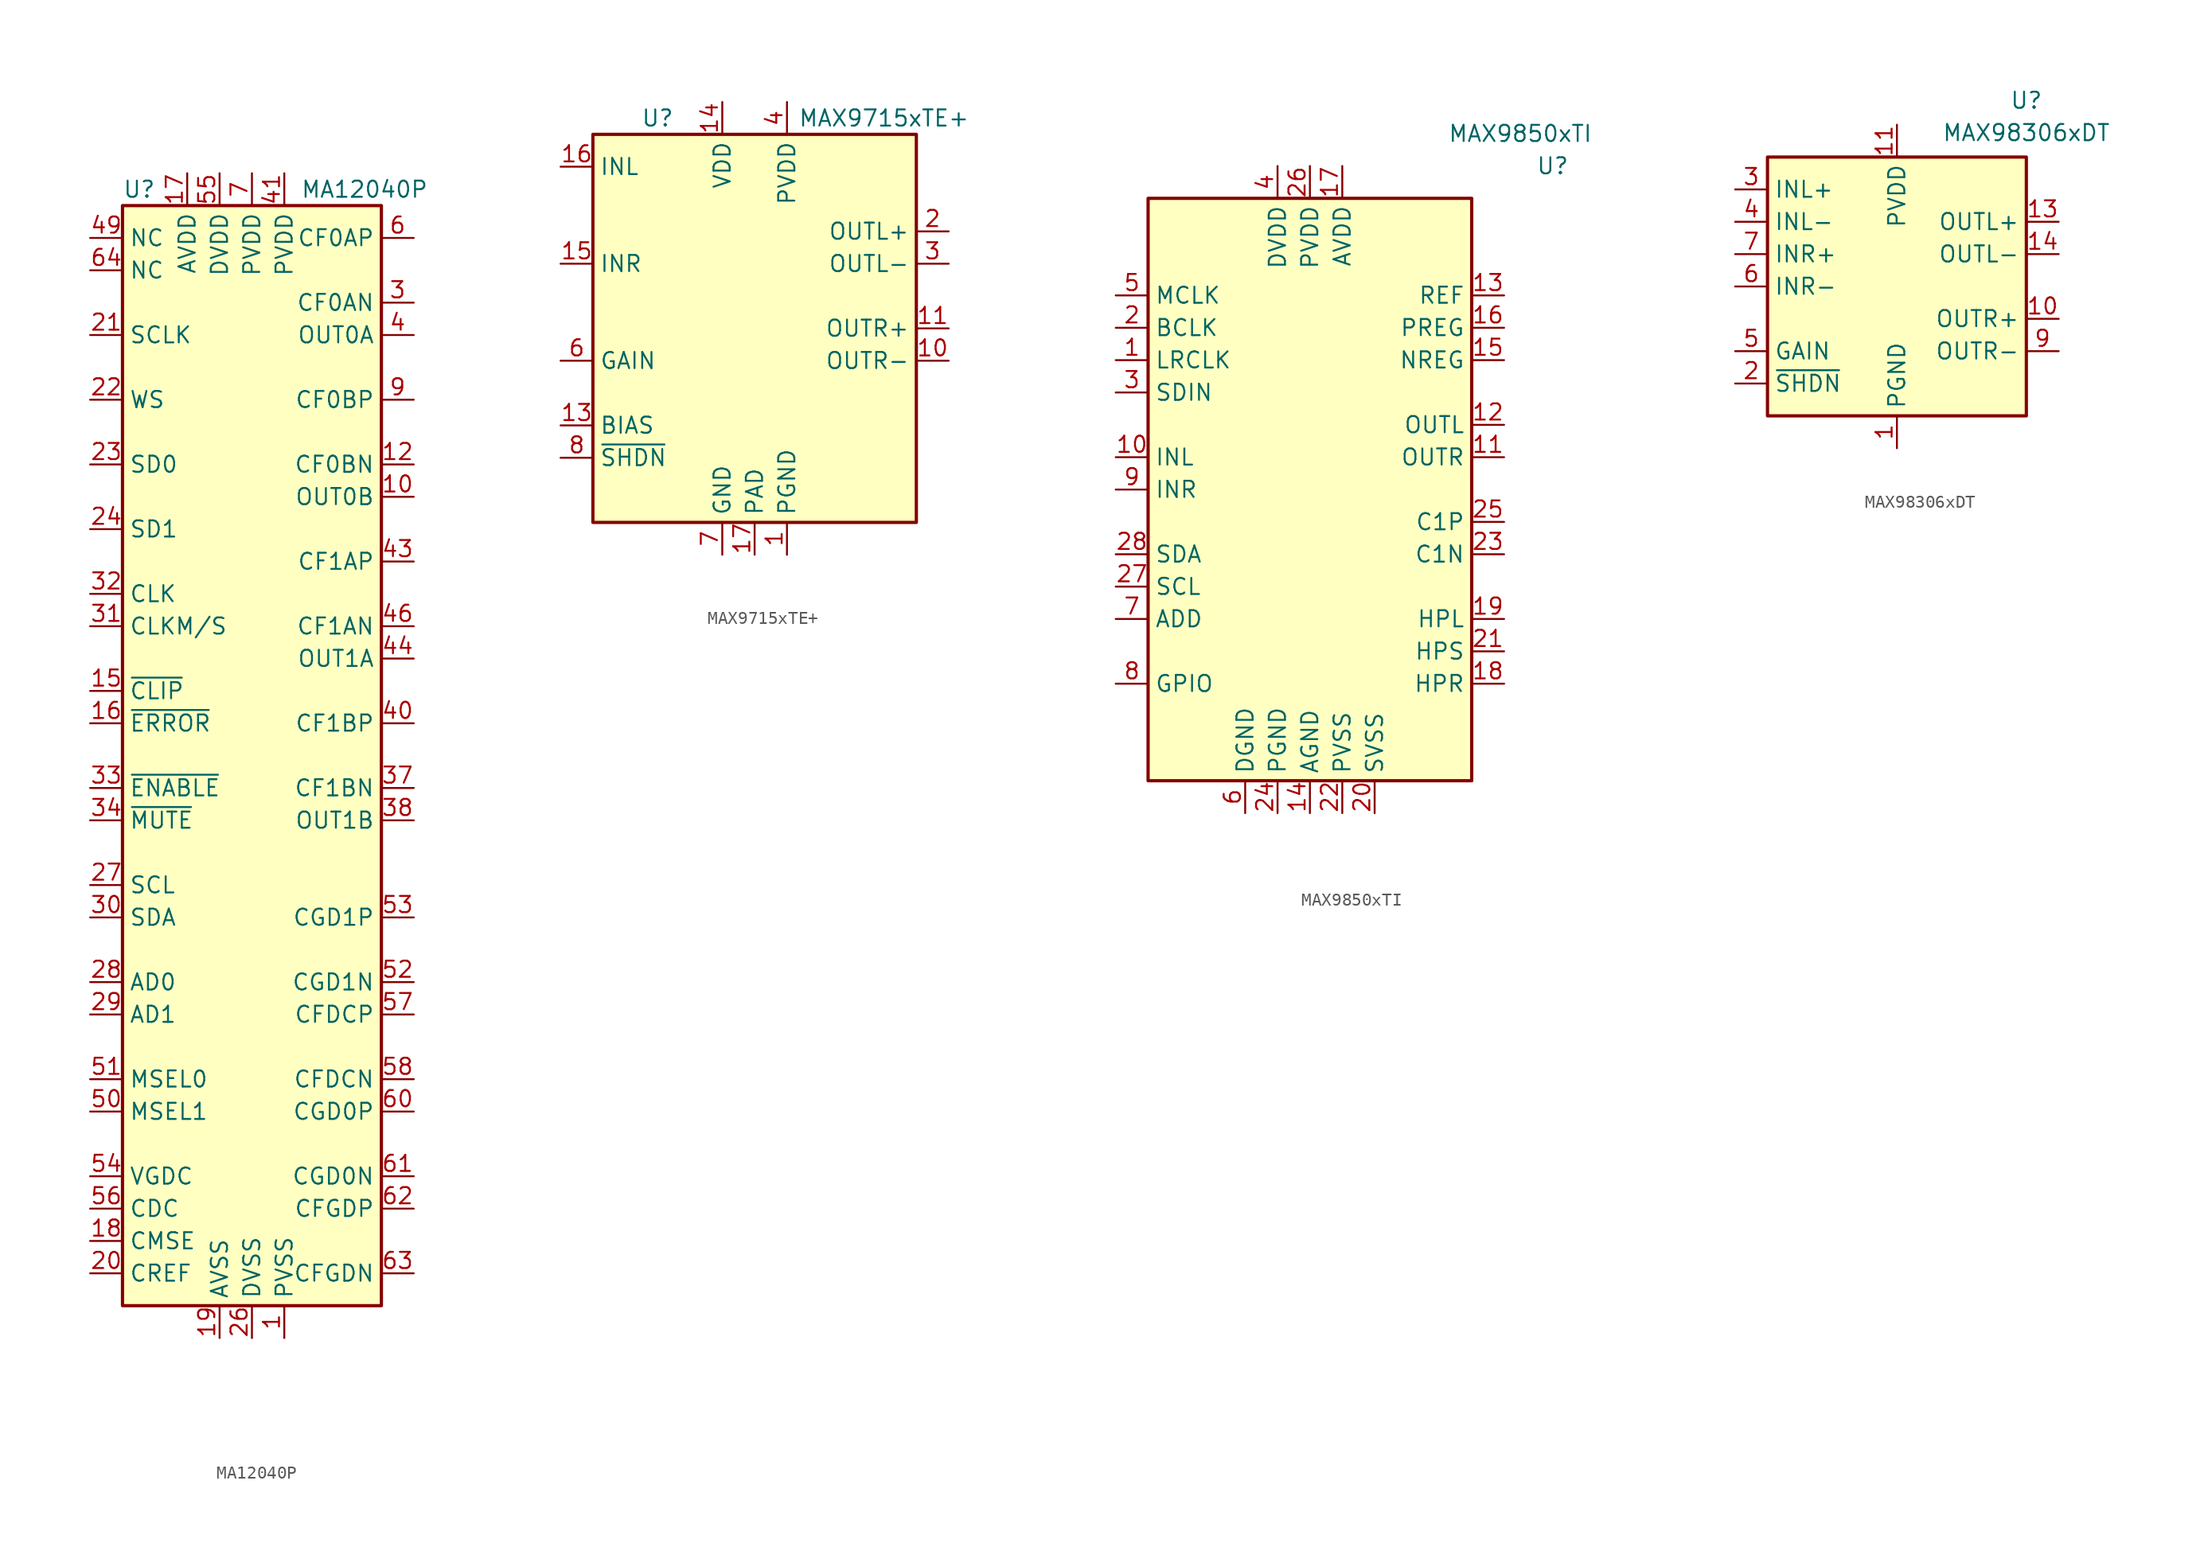
<source format=kicad_sym>
(kicad_symbol_lib
  (version 20220914)
  (generator kicad_symbol_editor)
  (symbol "MA12040P"
    (property "Reference" "U"
      (at -10.16 44.45 0)
      (effects (font (size 1.27 1.27)) (justify left)))
    (property "Value" "MA12040P"
      (at 3.81 44.45 0)
      (effects (font (size 1.27 1.27)) (justify left)))
    (symbol "MA12040P_0_1"
      (rectangle (start -10.16 -43.18) (end 10.16 43.18) (stroke (width 0.254) (type default)) (fill (type background))))
    (symbol "MA12040P_1_1"
      (pin power_in line (at 2.54 -45.72 90) (length 2.54) (name "PVSS" (effects (font (size 1.27 1.27)))) (number "1" (effects (font (size 1.27 1.27)))))
      (pin output line (at 12.7 20.32 180) (length 2.54) (name "OUT0B" (effects (font (size 1.27 1.27)))) (number "10" (effects (font (size 1.27 1.27)))))
      (pin passive line (at 12.7 20.32 180) (length 2.54) hide (name "OUT0B" (effects (font (size 1.27 1.27)))) (number "11" (effects (font (size 1.27 1.27)))))
      (pin passive line (at 12.7 22.86 180) (length 2.54) (name "CF0BN" (effects (font (size 1.27 1.27)))) (number "12" (effects (font (size 1.27 1.27)))))
      (pin passive line (at 2.54 -45.72 90) (length 2.54) hide (name "PVSS" (effects (font (size 1.27 1.27)))) (number "13" (effects (font (size 1.27 1.27)))))
      (pin passive line (at 2.54 -45.72 90) (length 2.54) hide (name "PVSS" (effects (font (size 1.27 1.27)))) (number "14" (effects (font (size 1.27 1.27)))))
      (pin output line (at -12.7 5.08 0) (length 2.54) (name "~{CLIP}" (effects (font (size 1.27 1.27)))) (number "15" (effects (font (size 1.27 1.27)))))
      (pin output line (at -12.7 2.54 0) (length 2.54) (name "~{ERROR}" (effects (font (size 1.27 1.27)))) (number "16" (effects (font (size 1.27 1.27)))))
      (pin power_in line (at -5.08 45.72 270) (length 2.54) (name "AVDD" (effects (font (size 1.27 1.27)))) (number "17" (effects (font (size 1.27 1.27)))))
      (pin passive line (at -12.7 -38.1 0) (length 2.54) (name "CMSE" (effects (font (size 1.27 1.27)))) (number "18" (effects (font (size 1.27 1.27)))))
      (pin power_in line (at -2.54 -45.72 90) (length 2.54) (name "AVSS" (effects (font (size 1.27 1.27)))) (number "19" (effects (font (size 1.27 1.27)))))
      (pin passive line (at 2.54 -45.72 90) (length 2.54) hide (name "PVSS" (effects (font (size 1.27 1.27)))) (number "2" (effects (font (size 1.27 1.27)))))
      (pin passive line (at -12.7 -40.64 0) (length 2.54) (name "CREF" (effects (font (size 1.27 1.27)))) (number "20" (effects (font (size 1.27 1.27)))))
      (pin input line (at -12.7 33.02 0) (length 2.54) (name "SCLK" (effects (font (size 1.27 1.27)))) (number "21" (effects (font (size 1.27 1.27)))))
      (pin input line (at -12.7 27.94 0) (length 2.54) (name "WS" (effects (font (size 1.27 1.27)))) (number "22" (effects (font (size 1.27 1.27)))))
      (pin input line (at -12.7 22.86 0) (length 2.54) (name "SD0" (effects (font (size 1.27 1.27)))) (number "23" (effects (font (size 1.27 1.27)))))
      (pin input line (at -12.7 17.78 0) (length 2.54) (name "SD1" (effects (font (size 1.27 1.27)))) (number "24" (effects (font (size 1.27 1.27)))))
      (pin passive line (at -2.54 -45.72 90) (length 2.54) hide (name "AVSS" (effects (font (size 1.27 1.27)))) (number "25" (effects (font (size 1.27 1.27)))))
      (pin power_in line (at 0 -45.72 90) (length 2.54) (name "DVSS" (effects (font (size 1.27 1.27)))) (number "26" (effects (font (size 1.27 1.27)))))
      (pin input line (at -12.7 -10.16 0) (length 2.54) (name "SCL" (effects (font (size 1.27 1.27)))) (number "27" (effects (font (size 1.27 1.27)))))
      (pin input line (at -12.7 -17.78 0) (length 2.54) (name "AD0" (effects (font (size 1.27 1.27)))) (number "28" (effects (font (size 1.27 1.27)))))
      (pin input line (at -12.7 -20.32 0) (length 2.54) (name "AD1" (effects (font (size 1.27 1.27)))) (number "29" (effects (font (size 1.27 1.27)))))
      (pin passive line (at 12.7 35.56 180) (length 2.54) (name "CF0AN" (effects (font (size 1.27 1.27)))) (number "3" (effects (font (size 1.27 1.27)))))
      (pin bidirectional line (at -12.7 -12.7 0) (length 2.54) (name "SDA" (effects (font (size 1.27 1.27)))) (number "30" (effects (font (size 1.27 1.27)))))
      (pin input line (at -12.7 10.16 0) (length 2.54) (name "CLKM/S" (effects (font (size 1.27 1.27)))) (number "31" (effects (font (size 1.27 1.27)))))
      (pin input line (at -12.7 12.7 0) (length 2.54) (name "CLK" (effects (font (size 1.27 1.27)))) (number "32" (effects (font (size 1.27 1.27)))))
      (pin input line (at -12.7 -2.54 0) (length 2.54) (name "~{ENABLE}" (effects (font (size 1.27 1.27)))) (number "33" (effects (font (size 1.27 1.27)))))
      (pin input line (at -12.7 -5.08 0) (length 2.54) (name "~{MUTE}" (effects (font (size 1.27 1.27)))) (number "34" (effects (font (size 1.27 1.27)))))
      (pin passive line (at 2.54 -45.72 90) (length 2.54) hide (name "PVSS" (effects (font (size 1.27 1.27)))) (number "35" (effects (font (size 1.27 1.27)))))
      (pin passive line (at 2.54 -45.72 90) (length 2.54) hide (name "PVSS" (effects (font (size 1.27 1.27)))) (number "36" (effects (font (size 1.27 1.27)))))
      (pin passive line (at 12.7 -2.54 180) (length 2.54) (name "CF1BN" (effects (font (size 1.27 1.27)))) (number "37" (effects (font (size 1.27 1.27)))))
      (pin output line (at 12.7 -5.08 180) (length 2.54) (name "OUT1B" (effects (font (size 1.27 1.27)))) (number "38" (effects (font (size 1.27 1.27)))))
      (pin passive line (at 12.7 -5.08 180) (length 2.54) hide (name "OUT1B" (effects (font (size 1.27 1.27)))) (number "39" (effects (font (size 1.27 1.27)))))
      (pin output line (at 12.7 33.02 180) (length 2.54) (name "OUT0A" (effects (font (size 1.27 1.27)))) (number "4" (effects (font (size 1.27 1.27)))))
      (pin passive line (at 12.7 2.54 180) (length 2.54) (name "CF1BP" (effects (font (size 1.27 1.27)))) (number "40" (effects (font (size 1.27 1.27)))))
      (pin power_in line (at 2.54 45.72 270) (length 2.54) (name "PVDD" (effects (font (size 1.27 1.27)))) (number "41" (effects (font (size 1.27 1.27)))))
      (pin passive line (at 2.54 45.72 270) (length 2.54) hide (name "PVDD" (effects (font (size 1.27 1.27)))) (number "42" (effects (font (size 1.27 1.27)))))
      (pin passive line (at 12.7 15.24 180) (length 2.54) (name "CF1AP" (effects (font (size 1.27 1.27)))) (number "43" (effects (font (size 1.27 1.27)))))
      (pin output line (at 12.7 7.62 180) (length 2.54) (name "OUT1A" (effects (font (size 1.27 1.27)))) (number "44" (effects (font (size 1.27 1.27)))))
      (pin passive line (at 12.7 7.62 180) (length 2.54) hide (name "OUT1A" (effects (font (size 1.27 1.27)))) (number "45" (effects (font (size 1.27 1.27)))))
      (pin passive line (at 12.7 10.16 180) (length 2.54) (name "CF1AN" (effects (font (size 1.27 1.27)))) (number "46" (effects (font (size 1.27 1.27)))))
      (pin passive line (at 2.54 -45.72 90) (length 2.54) hide (name "PVSS" (effects (font (size 1.27 1.27)))) (number "47" (effects (font (size 1.27 1.27)))))
      (pin passive line (at 2.54 -45.72 90) (length 2.54) hide (name "PVSS" (effects (font (size 1.27 1.27)))) (number "48" (effects (font (size 1.27 1.27)))))
      (pin passive line (at -12.7 40.64 0) (length 2.54) (name "NC" (effects (font (size 1.27 1.27)))) (number "49" (effects (font (size 1.27 1.27)))))
      (pin passive line (at 12.7 33.02 180) (length 2.54) hide (name "OUT0A" (effects (font (size 1.27 1.27)))) (number "5" (effects (font (size 1.27 1.27)))))
      (pin input line (at -12.7 -27.94 0) (length 2.54) (name "MSEL1" (effects (font (size 1.27 1.27)))) (number "50" (effects (font (size 1.27 1.27)))))
      (pin input line (at -12.7 -25.4 0) (length 2.54) (name "MSEL0" (effects (font (size 1.27 1.27)))) (number "51" (effects (font (size 1.27 1.27)))))
      (pin passive line (at 12.7 -17.78 180) (length 2.54) (name "CGD1N" (effects (font (size 1.27 1.27)))) (number "52" (effects (font (size 1.27 1.27)))))
      (pin passive line (at 12.7 -12.7 180) (length 2.54) (name "CGD1P" (effects (font (size 1.27 1.27)))) (number "53" (effects (font (size 1.27 1.27)))))
      (pin passive line (at -12.7 -33.02 0) (length 2.54) (name "VGDC" (effects (font (size 1.27 1.27)))) (number "54" (effects (font (size 1.27 1.27)))))
      (pin power_in line (at -2.54 45.72 270) (length 2.54) (name "DVDD" (effects (font (size 1.27 1.27)))) (number "55" (effects (font (size 1.27 1.27)))))
      (pin passive line (at -12.7 -35.56 0) (length 2.54) (name "CDC" (effects (font (size 1.27 1.27)))) (number "56" (effects (font (size 1.27 1.27)))))
      (pin passive line (at 12.7 -20.32 180) (length 2.54) (name "CFDCP" (effects (font (size 1.27 1.27)))) (number "57" (effects (font (size 1.27 1.27)))))
      (pin passive line (at 12.7 -25.4 180) (length 2.54) (name "CFDCN" (effects (font (size 1.27 1.27)))) (number "58" (effects (font (size 1.27 1.27)))))
      (pin passive line (at 0 -45.72 90) (length 2.54) hide (name "DVSS" (effects (font (size 1.27 1.27)))) (number "59" (effects (font (size 1.27 1.27)))))
      (pin passive line (at 12.7 40.64 180) (length 2.54) (name "CF0AP" (effects (font (size 1.27 1.27)))) (number "6" (effects (font (size 1.27 1.27)))))
      (pin passive line (at 12.7 -27.94 180) (length 2.54) (name "CGD0P" (effects (font (size 1.27 1.27)))) (number "60" (effects (font (size 1.27 1.27)))))
      (pin passive line (at 12.7 -33.02 180) (length 2.54) (name "CGD0N" (effects (font (size 1.27 1.27)))) (number "61" (effects (font (size 1.27 1.27)))))
      (pin passive line (at 12.7 -35.56 180) (length 2.54) (name "CFGDP" (effects (font (size 1.27 1.27)))) (number "62" (effects (font (size 1.27 1.27)))))
      (pin passive line (at 12.7 -40.64 180) (length 2.54) (name "CFGDN" (effects (font (size 1.27 1.27)))) (number "63" (effects (font (size 1.27 1.27)))))
      (pin passive line (at -12.7 38.1 0) (length 2.54) (name "NC" (effects (font (size 1.27 1.27)))) (number "64" (effects (font (size 1.27 1.27)))))
      (pin power_in line (at 0 45.72 270) (length 2.54) (name "PVDD" (effects (font (size 1.27 1.27)))) (number "7" (effects (font (size 1.27 1.27)))))
      (pin passive line (at 0 45.72 270) (length 2.54) hide (name "PVDD" (effects (font (size 1.27 1.27)))) (number "8" (effects (font (size 1.27 1.27)))))
      (pin passive line (at 12.7 27.94 180) (length 2.54) (name "CF0BP" (effects (font (size 1.27 1.27)))) (number "9" (effects (font (size 1.27 1.27)))))))
  (symbol "MAX9715xTE+"
    (property "Reference" "U"
      (at -7.62 16.51 0)
      (effects (font (size 1.27 1.27))))
    (property "Value" "MAX9715xTE+"
      (at 10.16 16.51 0)
      (effects (font (size 1.27 1.27))))
    (symbol "MAX9715xTE+_0_1"
      (rectangle (start -12.7 15.24) (end 12.7 -15.24) (stroke (width 0.254) (type default)) (fill (type background))))
    (symbol "MAX9715xTE+_1_1"
      (pin power_in line (at 2.54 -17.78 90) (length 2.54) (name "PGND" (effects (font (size 1.27 1.27)))) (number "1" (effects (font (size 1.27 1.27)))))
      (pin output line (at 15.24 -2.54 180) (length 2.54) (name "OUTR-" (effects (font (size 1.27 1.27)))) (number "10" (effects (font (size 1.27 1.27)))))
      (pin output line (at 15.24 0 180) (length 2.54) (name "OUTR+" (effects (font (size 1.27 1.27)))) (number "11" (effects (font (size 1.27 1.27)))))
      (pin passive line (at 2.54 -17.78 90) (length 2.54) hide (name "PGND" (effects (font (size 1.27 1.27)))) (number "12" (effects (font (size 1.27 1.27)))))
      (pin passive line (at -15.24 -7.62 0) (length 2.54) (name "BIAS" (effects (font (size 1.27 1.27)))) (number "13" (effects (font (size 1.27 1.27)))))
      (pin power_in line (at -2.54 17.78 270) (length 2.54) (name "VDD" (effects (font (size 1.27 1.27)))) (number "14" (effects (font (size 1.27 1.27)))))
      (pin input line (at -15.24 5.08 0) (length 2.54) (name "INR" (effects (font (size 1.27 1.27)))) (number "15" (effects (font (size 1.27 1.27)))))
      (pin input line (at -15.24 12.7 0) (length 2.54) (name "INL" (effects (font (size 1.27 1.27)))) (number "16" (effects (font (size 1.27 1.27)))))
      (pin passive line (at 0 -17.78 90) (length 2.54) (name "PAD" (effects (font (size 1.27 1.27)))) (number "17" (effects (font (size 1.27 1.27)))))
      (pin output line (at 15.24 7.62 180) (length 2.54) (name "OUTL+" (effects (font (size 1.27 1.27)))) (number "2" (effects (font (size 1.27 1.27)))))
      (pin output line (at 15.24 5.08 180) (length 2.54) (name "OUTL-" (effects (font (size 1.27 1.27)))) (number "3" (effects (font (size 1.27 1.27)))))
      (pin power_in line (at 2.54 17.78 270) (length 2.54) (name "PVDD" (effects (font (size 1.27 1.27)))) (number "4" (effects (font (size 1.27 1.27)))))
      (pin no_connect line (at 10.16 5.08 180) (length 2.54) hide (name "NC" (effects (font (size 1.27 1.27)))) (number "5" (effects (font (size 1.27 1.27)))))
      (pin input line (at -15.24 -2.54 0) (length 2.54) (name "GAIN" (effects (font (size 1.27 1.27)))) (number "6" (effects (font (size 1.27 1.27)))))
      (pin power_in line (at -2.54 -17.78 90) (length 2.54) (name "GND" (effects (font (size 1.27 1.27)))) (number "7" (effects (font (size 1.27 1.27)))))
      (pin input line (at -15.24 -10.16 0) (length 2.54) (name "~{SHDN}" (effects (font (size 1.27 1.27)))) (number "8" (effects (font (size 1.27 1.27)))))
      (pin passive line (at 2.54 17.78 270) (length 2.54) hide (name "PVDD" (effects (font (size 1.27 1.27)))) (number "9" (effects (font (size 1.27 1.27)))))))
  (symbol "MAX9850xTI"
    (property "Reference" "U"
      (at 19.05 25.4 0)
      (effects (font (size 1.27 1.27))))
    (property "Value" "MAX9850xTI"
      (at 16.51 27.94 0)
      (effects (font (size 1.27 1.27))))
    (symbol "MAX9850xTI_0_1"
      (rectangle (start -12.7 22.86) (end 12.7 -22.86) (stroke (width 0.254) (type default)) (fill (type background))))
    (symbol "MAX9850xTI_1_1"
      (pin bidirectional line (at -15.24 10.16 0) (length 2.54) (name "LRCLK" (effects (font (size 1.27 1.27)))) (number "1" (effects (font (size 1.27 1.27)))))
      (pin input line (at -15.24 2.54 0) (length 2.54) (name "INL" (effects (font (size 1.27 1.27)))) (number "10" (effects (font (size 1.27 1.27)))))
      (pin output line (at 15.24 2.54 180) (length 2.54) (name "OUTR" (effects (font (size 1.27 1.27)))) (number "11" (effects (font (size 1.27 1.27)))))
      (pin output line (at 15.24 5.08 180) (length 2.54) (name "OUTL" (effects (font (size 1.27 1.27)))) (number "12" (effects (font (size 1.27 1.27)))))
      (pin power_out line (at 15.24 15.24 180) (length 2.54) (name "REF" (effects (font (size 1.27 1.27)))) (number "13" (effects (font (size 1.27 1.27)))))
      (pin power_in line (at 0 -25.4 90) (length 2.54) (name "AGND" (effects (font (size 1.27 1.27)))) (number "14" (effects (font (size 1.27 1.27)))))
      (pin power_out line (at 15.24 10.16 180) (length 2.54) (name "NREG" (effects (font (size 1.27 1.27)))) (number "15" (effects (font (size 1.27 1.27)))))
      (pin power_out line (at 15.24 12.7 180) (length 2.54) (name "PREG" (effects (font (size 1.27 1.27)))) (number "16" (effects (font (size 1.27 1.27)))))
      (pin power_in line (at 2.54 25.4 270) (length 2.54) (name "AVDD" (effects (font (size 1.27 1.27)))) (number "17" (effects (font (size 1.27 1.27)))))
      (pin output line (at 15.24 -15.24 180) (length 2.54) (name "HPR" (effects (font (size 1.27 1.27)))) (number "18" (effects (font (size 1.27 1.27)))))
      (pin output line (at 15.24 -10.16 180) (length 2.54) (name "HPL" (effects (font (size 1.27 1.27)))) (number "19" (effects (font (size 1.27 1.27)))))
      (pin bidirectional line (at -15.24 12.7 0) (length 2.54) (name "BCLK" (effects (font (size 1.27 1.27)))) (number "2" (effects (font (size 1.27 1.27)))))
      (pin power_in line (at 5.08 -25.4 90) (length 2.54) (name "SVSS" (effects (font (size 1.27 1.27)))) (number "20" (effects (font (size 1.27 1.27)))))
      (pin input line (at 15.24 -12.7 180) (length 2.54) (name "HPS" (effects (font (size 1.27 1.27)))) (number "21" (effects (font (size 1.27 1.27)))))
      (pin power_in line (at 2.54 -25.4 90) (length 2.54) (name "PVSS" (effects (font (size 1.27 1.27)))) (number "22" (effects (font (size 1.27 1.27)))))
      (pin passive line (at 15.24 -5.08 180) (length 2.54) (name "C1N" (effects (font (size 1.27 1.27)))) (number "23" (effects (font (size 1.27 1.27)))))
      (pin power_in line (at -2.54 -25.4 90) (length 2.54) (name "PGND" (effects (font (size 1.27 1.27)))) (number "24" (effects (font (size 1.27 1.27)))))
      (pin passive line (at 15.24 -2.54 180) (length 2.54) (name "C1P" (effects (font (size 1.27 1.27)))) (number "25" (effects (font (size 1.27 1.27)))))
      (pin power_in line (at 0 25.4 270) (length 2.54) (name "PVDD" (effects (font (size 1.27 1.27)))) (number "26" (effects (font (size 1.27 1.27)))))
      (pin bidirectional line (at -15.24 -7.62 0) (length 2.54) (name "SCL" (effects (font (size 1.27 1.27)))) (number "27" (effects (font (size 1.27 1.27)))))
      (pin bidirectional line (at -15.24 -5.08 0) (length 2.54) (name "SDA" (effects (font (size 1.27 1.27)))) (number "28" (effects (font (size 1.27 1.27)))))
      (pin passive line (at 0 -25.4 90) (length 2.54) hide (name "AGND" (effects (font (size 1.27 1.27)))) (number "29" (effects (font (size 1.27 1.27)))))
      (pin input line (at -15.24 7.62 0) (length 2.54) (name "SDIN" (effects (font (size 1.27 1.27)))) (number "3" (effects (font (size 1.27 1.27)))))
      (pin power_in line (at -2.54 25.4 270) (length 2.54) (name "DVDD" (effects (font (size 1.27 1.27)))) (number "4" (effects (font (size 1.27 1.27)))))
      (pin input line (at -15.24 15.24 0) (length 2.54) (name "MCLK" (effects (font (size 1.27 1.27)))) (number "5" (effects (font (size 1.27 1.27)))))
      (pin power_in line (at -5.08 -25.4 90) (length 2.54) (name "DGND" (effects (font (size 1.27 1.27)))) (number "6" (effects (font (size 1.27 1.27)))))
      (pin input line (at -15.24 -10.16 0) (length 2.54) (name "ADD" (effects (font (size 1.27 1.27)))) (number "7" (effects (font (size 1.27 1.27)))))
      (pin bidirectional line (at -15.24 -15.24 0) (length 2.54) (name "GPIO" (effects (font (size 1.27 1.27)))) (number "8" (effects (font (size 1.27 1.27)))))
      (pin input line (at -15.24 0 0) (length 2.54) (name "INR" (effects (font (size 1.27 1.27)))) (number "9" (effects (font (size 1.27 1.27)))))))
  (symbol "MAX98306xDT"
    (property "Reference" "U"
      (at 10.16 14.605 0)
      (effects (font (size 1.27 1.27))))
    (property "Value" "MAX98306xDT"
      (at 10.16 12.065 0)
      (effects (font (size 1.27 1.27))))
    (symbol "MAX98306xDT_0_1"
      (rectangle (start -10.16 10.16) (end 10.16 -10.16) (stroke (width 0.254) (type default)) (fill (type background))))
    (symbol "MAX98306xDT_1_1"
      (pin power_in line (at 0 -12.7 90) (length 2.54) (name "PGND" (effects (font (size 1.27 1.27)))) (number "1" (effects (font (size 1.27 1.27)))))
      (pin power_out line (at 12.7 -2.54 180) (length 2.54) (name "OUTR+" (effects (font (size 1.27 1.27)))) (number "10" (effects (font (size 1.27 1.27)))))
      (pin power_in line (at 0 12.7 270) (length 2.54) (name "PVDD" (effects (font (size 1.27 1.27)))) (number "11" (effects (font (size 1.27 1.27)))))
      (pin passive line (at 0 12.7 270) (length 2.54) hide (name "PVDD" (effects (font (size 1.27 1.27)))) (number "12" (effects (font (size 1.27 1.27)))))
      (pin power_out line (at 12.7 5.08 180) (length 2.54) (name "OUTL+" (effects (font (size 1.27 1.27)))) (number "13" (effects (font (size 1.27 1.27)))))
      (pin power_out line (at 12.7 2.54 180) (length 2.54) (name "OUTL-" (effects (font (size 1.27 1.27)))) (number "14" (effects (font (size 1.27 1.27)))))
      (pin passive line (at 0 -12.7 90) (length 2.54) hide (name "PGND" (effects (font (size 1.27 1.27)))) (number "15" (effects (font (size 1.27 1.27)))))
      (pin input line (at -12.7 -7.62 0) (length 2.54) (name "~{SHDN}" (effects (font (size 1.27 1.27)))) (number "2" (effects (font (size 1.27 1.27)))))
      (pin input line (at -12.7 7.62 0) (length 2.54) (name "INL+" (effects (font (size 1.27 1.27)))) (number "3" (effects (font (size 1.27 1.27)))))
      (pin input line (at -12.7 5.08 0) (length 2.54) (name "INL-" (effects (font (size 1.27 1.27)))) (number "4" (effects (font (size 1.27 1.27)))))
      (pin input line (at -12.7 -5.08 0) (length 2.54) (name "GAIN" (effects (font (size 1.27 1.27)))) (number "5" (effects (font (size 1.27 1.27)))))
      (pin input line (at -12.7 0 0) (length 2.54) (name "INR-" (effects (font (size 1.27 1.27)))) (number "6" (effects (font (size 1.27 1.27)))))
      (pin input line (at -12.7 2.54 0) (length 2.54) (name "INR+" (effects (font (size 1.27 1.27)))) (number "7" (effects (font (size 1.27 1.27)))))
      (pin passive line (at 0 -12.7 90) (length 2.54) hide (name "PGND" (effects (font (size 1.27 1.27)))) (number "8" (effects (font (size 1.27 1.27)))))
      (pin power_out line (at 12.7 -5.08 180) (length 2.54) (name "OUTR-" (effects (font (size 1.27 1.27)))) (number "9" (effects (font (size 1.27 1.27))))))))
</source>
